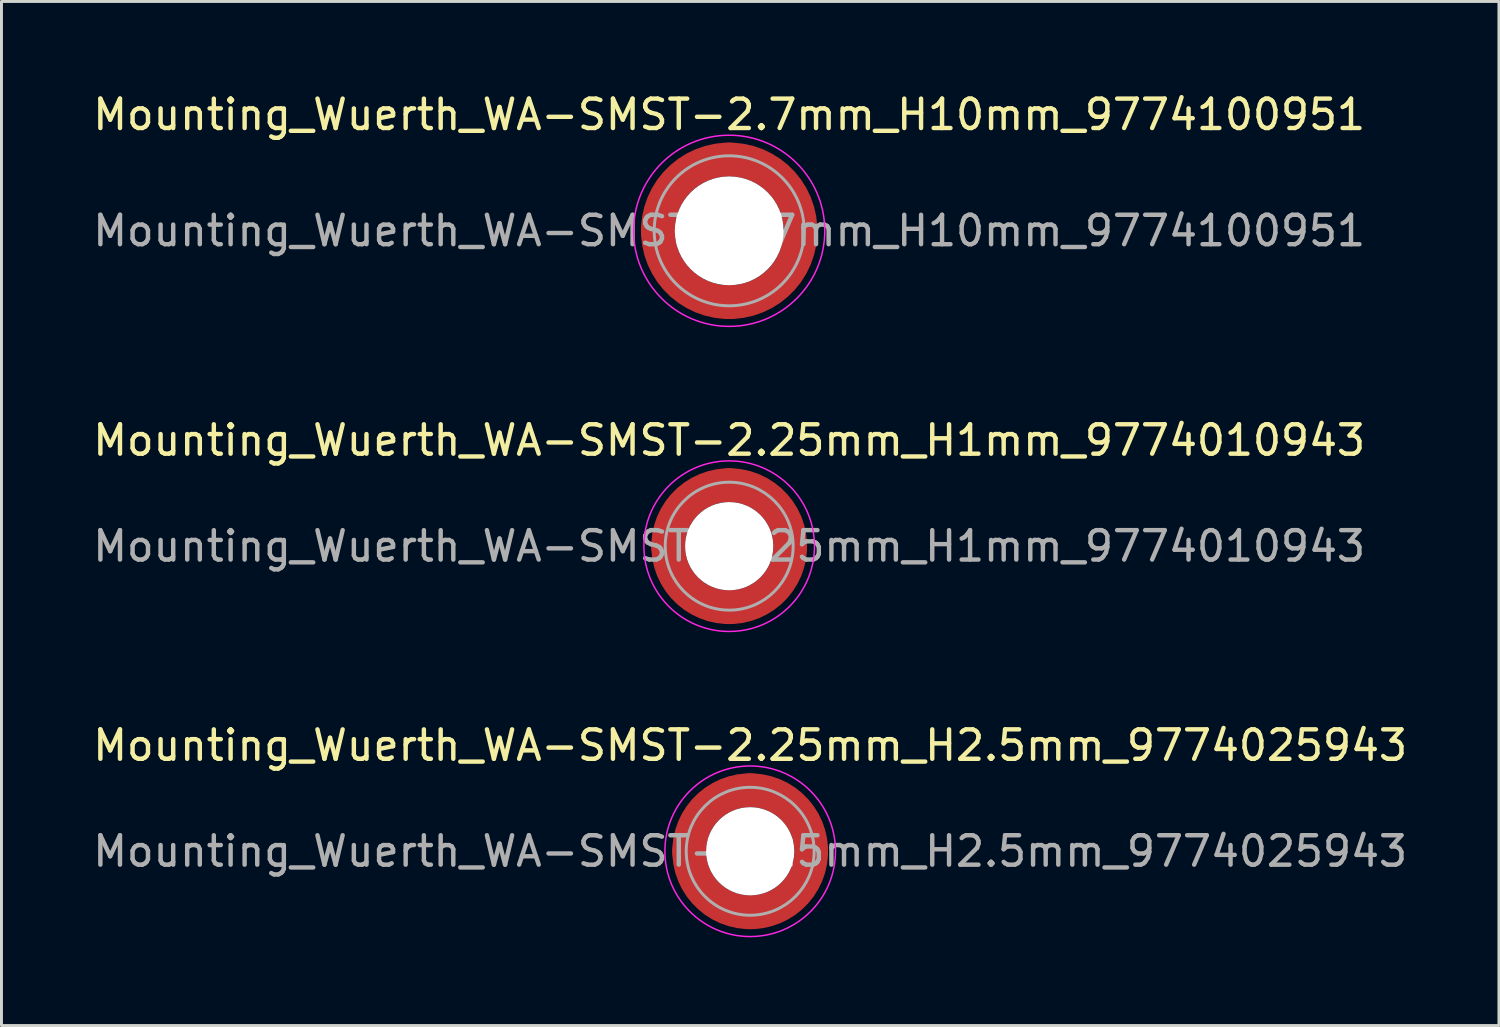
<source format=kicad_pcb>
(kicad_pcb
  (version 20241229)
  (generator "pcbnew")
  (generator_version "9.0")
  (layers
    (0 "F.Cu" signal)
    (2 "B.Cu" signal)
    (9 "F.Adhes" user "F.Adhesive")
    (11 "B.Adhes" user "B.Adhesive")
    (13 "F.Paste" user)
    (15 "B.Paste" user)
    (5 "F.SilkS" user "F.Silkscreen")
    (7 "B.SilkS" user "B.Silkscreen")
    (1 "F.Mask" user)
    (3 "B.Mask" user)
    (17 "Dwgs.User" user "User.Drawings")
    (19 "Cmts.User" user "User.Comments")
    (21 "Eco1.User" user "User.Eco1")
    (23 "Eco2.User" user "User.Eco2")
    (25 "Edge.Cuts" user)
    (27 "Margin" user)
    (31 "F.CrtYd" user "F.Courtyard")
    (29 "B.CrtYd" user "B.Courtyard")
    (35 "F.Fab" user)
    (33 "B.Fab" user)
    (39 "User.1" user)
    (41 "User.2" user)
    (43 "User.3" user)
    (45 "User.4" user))
  (footprint "Mounting_Wuerth_WA-SMST-2.25mm_H2.5mm_9774025943"
    (layer "F.Cu")
    (at 22.458 25.895)
    (property "Reference" "Mounting_Wuerth_WA-SMST-2.25mm_H2.5mm_9774025943" (at 0 -3.6 0) (layer "F.SilkS") (effects (font (size 1 1) (thickness 0.15))))
    (attr smd)
    (fp_circle (center 0 0) (end 2.9 0) (stroke (width 0.05) (type solid)) (fill no) (layer "F.CrtYd"))
    (fp_circle (center 0 0) (end 2.175 0) (stroke (width 0.1) (type solid)) (fill no) (layer "F.Fab"))
    (fp_text user "${REFERENCE}" (at 0 0 0) (layer "F.Fab") (effects (font (size 1 1) (thickness 0.15))))
    (pad "" smd custom (at -1.453 -1.453) (size 1.01 1.01) (layers "F.Paste") (options (anchor circle)) (primitives (gr_arc (start -0.147677 1.053104) (mid 0.286378 0.286378) (end 1.053104 -0.147677) (width 0.2)) (gr_arc (start -0.240295 1.053104) (mid 0.222738 0.222738) (end 1.053104 -0.240295) (width 0.2)) (gr_arc (start -0.332645 1.053104) (mid 0.159099 0.159099) (end 1.053104 -0.332645) (width 0.2)) (gr_arc (start -0.424767 1.053104) (mid 0.095459 0.095459) (end 1.053104 -0.424767) (width 0.2)) (gr_arc (start -0.516693 1.053104) (mid 0.031819 0.031819) (end 1.053104 -0.516693) (width 0.2)) (gr_arc (start -0.608448 1.053104) (mid -0.03182 -0.03182) (end 1.053104 -0.608448) (width 0.2)) (gr_arc (start -0.700056 1.053104) (mid -0.09546 -0.09546) (end 1.053104 -0.700056) (width 0.2)) (gr_arc (start -0.791534 1.053104) (mid -0.159099 -0.159099) (end 1.053104 -0.791534) (width 0.2)) (gr_arc (start -0.882896 1.053104) (mid -0.222738 -0.222738) (end 1.053104 -0.882896) (width 0.2)) (gr_arc (start -0.974157 1.053104) (mid -0.286378 -0.286378) (end 1.053104 -0.974157) (width 0.2)) (gr_line (start 1.053 -0.148) (end 1.053 -0.974) (width 0.2)) (gr_line (start -0.148 1.053) (end -0.974 1.053) (width 0.2))))
    (pad "" smd custom (at -1.453 1.453) (size 1.01 1.01) (layers "F.Paste") (options (anchor circle)) (primitives (gr_arc (start 1.053104 0.147677) (mid 0.286378 -0.286378) (end -0.147677 -1.053104) (width 0.2)) (gr_arc (start 1.053104 0.240295) (mid 0.222738 -0.222738) (end -0.240295 -1.053104) (width 0.2)) (gr_arc (start 1.053104 0.332645) (mid 0.159099 -0.159099) (end -0.332645 -1.053104) (width 0.2)) (gr_arc (start 1.053104 0.424767) (mid 0.095459 -0.095459) (end -0.424767 -1.053104) (width 0.2)) (gr_arc (start 1.053104 0.516693) (mid 0.031819 -0.031819) (end -0.516693 -1.053104) (width 0.2)) (gr_arc (start 1.053104 0.608448) (mid -0.03182 0.03182) (end -0.608448 -1.053104) (width 0.2)) (gr_arc (start 1.053104 0.700056) (mid -0.09546 0.09546) (end -0.700056 -1.053104) (width 0.2)) (gr_arc (start 1.053104 0.791534) (mid -0.159099 0.159099) (end -0.791534 -1.053104) (width 0.2)) (gr_arc (start 1.053104 0.882896) (mid -0.222738 0.222738) (end -0.882896 -1.053104) (width 0.2)) (gr_arc (start 1.053104 0.974157) (mid -0.286378 0.286378) (end -0.974157 -1.053104) (width 0.2)) (gr_line (start -0.148 -1.053) (end -0.974 -1.053) (width 0.2)) (gr_line (start 1.053 0.148) (end 1.053 0.974) (width 0.2))))
    (pad "" np_thru_hole circle (at 0 0) (size 3 3) (drill 3) (layers "*.Cu" "*.Mask"))
    (pad "" smd custom (at 1.453 -1.453) (size 1.01 1.01) (layers "F.Paste") (options (anchor circle)) (primitives (gr_arc (start -1.053104 -0.147677) (mid -0.286378 0.286378) (end 0.147677 1.053104) (width 0.2)) (gr_arc (start -1.053104 -0.240295) (mid -0.222738 0.222738) (end 0.240295 1.053104) (width 0.2)) (gr_arc (start -1.053104 -0.332645) (mid -0.159099 0.159099) (end 0.332645 1.053104) (width 0.2)) (gr_arc (start -1.053104 -0.424767) (mid -0.095459 0.095459) (end 0.424767 1.053104) (width 0.2)) (gr_arc (start -1.053104 -0.516693) (mid -0.031819 0.031819) (end 0.516693 1.053104) (width 0.2)) (gr_arc (start -1.053104 -0.608448) (mid 0.03182 -0.03182) (end 0.608448 1.053104) (width 0.2)) (gr_arc (start -1.053104 -0.700056) (mid 0.09546 -0.09546) (end 0.700056 1.053104) (width 0.2)) (gr_arc (start -1.053104 -0.791534) (mid 0.159099 -0.159099) (end 0.791534 1.053104) (width 0.2)) (gr_arc (start -1.053104 -0.882896) (mid 0.222738 -0.222738) (end 0.882896 1.053104) (width 0.2)) (gr_arc (start -1.053104 -0.974157) (mid 0.286378 -0.286378) (end 0.974157 1.053104) (width 0.2)) (gr_line (start 0.148 1.053) (end 0.974 1.053) (width 0.2)) (gr_line (start -1.053 -0.148) (end -1.053 -0.974) (width 0.2))))
    (pad "" smd custom (at 1.453 1.453) (size 1.01 1.01) (layers "F.Paste") (options (anchor circle)) (primitives (gr_arc (start 0.147677 -1.053104) (mid -0.286378 -0.286378) (end -1.053104 0.147677) (width 0.2)) (gr_arc (start 0.240295 -1.053104) (mid -0.222738 -0.222738) (end -1.053104 0.240295) (width 0.2)) (gr_arc (start 0.332645 -1.053104) (mid -0.159099 -0.159099) (end -1.053104 0.332645) (width 0.2)) (gr_arc (start 0.424767 -1.053104) (mid -0.095459 -0.095459) (end -1.053104 0.424767) (width 0.2)) (gr_arc (start 0.516693 -1.053104) (mid -0.031819 -0.031819) (end -1.053104 0.516693) (width 0.2)) (gr_arc (start 0.608448 -1.053104) (mid 0.03182 0.03182) (end -1.053104 0.608448) (width 0.2)) (gr_arc (start 0.700056 -1.053104) (mid 0.09546 0.09546) (end -1.053104 0.700056) (width 0.2)) (gr_arc (start 0.791534 -1.053104) (mid 0.159099 0.159099) (end -1.053104 0.791534) (width 0.2)) (gr_arc (start 0.882896 -1.053104) (mid 0.222738 0.222738) (end -1.053104 0.882896) (width 0.2)) (gr_arc (start 0.974157 -1.053104) (mid 0.286378 0.286378) (end -1.053104 0.974157) (width 0.2)) (gr_line (start -1.053 0.148) (end -1.053 0.974) (width 0.2)) (gr_line (start 0.148 -1.053) (end 0.974 -1.053) (width 0.2))))
    (pad "1" smd circle (at -2.075 0) (size 1.15 1.15) (layers "F.Cu"))
    (pad "1" smd circle (at 0 -2.075) (size 1.15 1.15) (layers "F.Cu"))
    (pad "1" smd circle (at 0 2.075) (size 1.15 1.15) (layers "F.Cu"))
    (pad "1" smd custom (at 2.075 0) (size 1.15 1.15) (layers "F.Cu" "F.Mask") (options (anchor circle)) (primitives (gr_circle (center -2.075 0) (end 0 0) (width 1.15) (fill no)))))
  (footprint "Mounting_Wuerth_WA-SMST-2.25mm_H1mm_9774010943"
    (layer "F.Cu")
    (at 21.744 15.521)
    (property "Reference" "Mounting_Wuerth_WA-SMST-2.25mm_H1mm_9774010943" (at 0 -3.6 0) (layer "F.SilkS") (effects (font (size 1 1) (thickness 0.15))))
    (attr smd)
    (fp_circle (center 0 0) (end 2.9 0) (stroke (width 0.05) (type solid)) (fill no) (layer "F.CrtYd"))
    (fp_circle (center 0 0) (end 2.175 0) (stroke (width 0.1) (type solid)) (fill no) (layer "F.Fab"))
    (fp_text user "${REFERENCE}" (at 0 0 0) (layer "F.Fab") (effects (font (size 1 1) (thickness 0.15))))
    (pad "" smd custom (at -1.453 -1.453) (size 1.01 1.01) (layers "F.Paste") (options (anchor circle)) (primitives (gr_arc (start -0.262632 0.900604) (mid 0.178544 0.178544) (end 0.900604 -0.262632) (width 0.505)) (gr_arc (start -0.526231 0.900604) (mid 0 0) (end 0.900604 -0.526231) (width 0.505)) (gr_arc (start -0.787275 0.900604) (mid -0.178545 -0.178545) (end 0.900604 -0.787275) (width 0.505)) (gr_line (start 0.901 -0.263) (end 0.901 -0.787) (width 0.505)) (gr_line (start -0.263 0.901) (end -0.787 0.901) (width 0.505))))
    (pad "" smd custom (at -1.453 1.453) (size 1.01 1.01) (layers "F.Paste") (options (anchor circle)) (primitives (gr_arc (start 0.900604 0.262632) (mid 0.178544 -0.178544) (end -0.262632 -0.900604) (width 0.505)) (gr_arc (start 0.900604 0.526231) (mid 0 0) (end -0.526231 -0.900604) (width 0.505)) (gr_arc (start 0.900604 0.787275) (mid -0.178545 0.178545) (end -0.787275 -0.900604) (width 0.505)) (gr_line (start -0.263 -0.901) (end -0.787 -0.901) (width 0.505)) (gr_line (start 0.901 0.263) (end 0.901 0.787) (width 0.505))))
    (pad "" np_thru_hole circle (at 0 0) (size 3 3) (drill 3) (layers "*.Cu" "*.Mask"))
    (pad "" smd custom (at 1.453 -1.453) (size 1.01 1.01) (layers "F.Paste") (options (anchor circle)) (primitives (gr_arc (start -0.900604 -0.262632) (mid -0.178544 0.178544) (end 0.262632 0.900604) (width 0.505)) (gr_arc (start -0.900604 -0.526231) (mid 0 0) (end 0.526231 0.900604) (width 0.505)) (gr_arc (start -0.900604 -0.787275) (mid 0.178545 -0.178545) (end 0.787275 0.900604) (width 0.505)) (gr_line (start 0.263 0.901) (end 0.787 0.901) (width 0.505)) (gr_line (start -0.901 -0.263) (end -0.901 -0.787) (width 0.505))))
    (pad "" smd custom (at 1.453 1.453) (size 1.01 1.01) (layers "F.Paste") (options (anchor circle)) (primitives (gr_arc (start 0.262632 -0.900604) (mid -0.178544 -0.178544) (end -0.900604 0.262632) (width 0.505)) (gr_arc (start 0.526231 -0.900604) (mid 0 0) (end -0.900604 0.526231) (width 0.505)) (gr_arc (start 0.787275 -0.900604) (mid 0.178545 0.178545) (end -0.900604 0.787275) (width 0.505)) (gr_line (start -0.901 0.263) (end -0.901 0.787) (width 0.505)) (gr_line (start 0.263 -0.901) (end 0.787 -0.901) (width 0.505))))
    (pad "1" smd circle (at -2.075 0) (size 1.15 1.15) (layers "F.Cu"))
    (pad "1" smd circle (at 0 -2.075) (size 1.15 1.15) (layers "F.Cu"))
    (pad "1" smd circle (at 0 2.075) (size 1.15 1.15) (layers "F.Cu"))
    (pad "1" smd custom (at 2.075 0) (size 1.15 1.15) (layers "F.Cu" "F.Mask") (options (anchor circle)) (primitives (gr_circle (center -2.075 0) (end 0 0) (width 1.15) (fill no)))))
  (footprint "Mounting_Wuerth_WA-SMST-2.7mm_H10mm_9774100951"
    (layer "F.Cu")
    (at 21.744 4.798)
    (property "Reference" "Mounting_Wuerth_WA-SMST-2.7mm_H10mm_9774100951" (at 0 -3.95 0) (layer "F.SilkS") (effects (font (size 1 1) (thickness 0.15))))
    (attr smd)
    (fp_circle (center 0 0) (end 3.25 0) (stroke (width 0.05) (type solid)) (fill no) (layer "F.CrtYd"))
    (fp_circle (center 0 0) (end 2.55 0) (stroke (width 0.1) (type solid)) (fill no) (layer "F.Fab"))
    (fp_text user "${REFERENCE}" (at 0 0 0) (layer "F.Fab") (effects (font (size 1 1) (thickness 0.15))))
    (pad "" smd custom (at -1.704 -1.704) (size 0.51 0.51) (layers "F.Paste") (options (anchor circle)) (primitives (gr_arc (start -0.250195 1.279127) (mid 0.289914 0.289914) (end 1.279127 -0.250195) (width 0.2)) (gr_arc (start -0.34334 1.279127) (mid 0.225488 0.225488) (end 1.279127 -0.34334) (width 0.2)) (gr_arc (start -0.436309 1.279127) (mid 0.161063 0.161063) (end 1.279127 -0.436309) (width 0.2)) (gr_arc (start -0.529126 1.279127) (mid 0.096638 0.096638) (end 1.279127 -0.529126) (width 0.2)) (gr_arc (start -0.621807 1.279127) (mid 0.032213 0.032213) (end 1.279127 -0.621807) (width 0.2)) (gr_arc (start -0.71437 1.279127) (mid -0.032213 -0.032213) (end 1.279127 -0.71437) (width 0.2)) (gr_arc (start -0.806826 1.279127) (mid -0.096638 -0.096638) (end 1.279127 -0.806826) (width 0.2)) (gr_arc (start -0.899187 1.279127) (mid -0.161063 -0.161063) (end 1.279127 -0.899187) (width 0.2)) (gr_arc (start -0.991463 1.279127) (mid -0.225488 -0.225488) (end 1.279127 -0.991463) (width 0.2)) (gr_arc (start -1.083663 1.279127) (mid -0.289914 -0.289914) (end 1.279127 -1.083663) (width 0.2)) (gr_line (start 1.279 -0.25) (end 1.279 -1.084) (width 0.2)) (gr_line (start -0.25 1.279) (end -1.084 1.279) (width 0.2))))
    (pad "" smd custom (at -1.704 1.704) (size 0.51 0.51) (layers "F.Paste") (options (anchor circle)) (primitives (gr_arc (start 1.279127 0.250195) (mid 0.289914 -0.289914) (end -0.250195 -1.279127) (width 0.2)) (gr_arc (start 1.279127 0.34334) (mid 0.225488 -0.225488) (end -0.34334 -1.279127) (width 0.2)) (gr_arc (start 1.279127 0.436309) (mid 0.161063 -0.161063) (end -0.436309 -1.279127) (width 0.2)) (gr_arc (start 1.279127 0.529126) (mid 0.096638 -0.096638) (end -0.529126 -1.279127) (width 0.2)) (gr_arc (start 1.279127 0.621807) (mid 0.032213 -0.032213) (end -0.621807 -1.279127) (width 0.2)) (gr_arc (start 1.279127 0.71437) (mid -0.032213 0.032213) (end -0.71437 -1.279127) (width 0.2)) (gr_arc (start 1.279127 0.806826) (mid -0.096638 0.096638) (end -0.806826 -1.279127) (width 0.2)) (gr_arc (start 1.279127 0.899187) (mid -0.161063 0.161063) (end -0.899187 -1.279127) (width 0.2)) (gr_arc (start 1.279127 0.991463) (mid -0.225488 0.225488) (end -0.991463 -1.279127) (width 0.2)) (gr_arc (start 1.279127 1.083663) (mid -0.289914 0.289914) (end -1.083663 -1.279127) (width 0.2)) (gr_line (start -0.25 -1.279) (end -1.084 -1.279) (width 0.2)) (gr_line (start 1.279 0.25) (end 1.279 1.084) (width 0.2))))
    (pad "" np_thru_hole circle (at 0 0) (size 3.7 3.7) (drill 3.7) (layers "*.Cu" "*.Mask"))
    (pad "" smd custom (at 1.704 -1.704) (size 0.51 0.51) (layers "F.Paste") (options (anchor circle)) (primitives (gr_arc (start -1.279127 -0.250195) (mid -0.289914 0.289914) (end 0.250195 1.279127) (width 0.2)) (gr_arc (start -1.279127 -0.34334) (mid -0.225488 0.225488) (end 0.34334 1.279127) (width 0.2)) (gr_arc (start -1.279127 -0.436309) (mid -0.161063 0.161063) (end 0.436309 1.279127) (width 0.2)) (gr_arc (start -1.279127 -0.529126) (mid -0.096638 0.096638) (end 0.529126 1.279127) (width 0.2)) (gr_arc (start -1.279127 -0.621807) (mid -0.032213 0.032213) (end 0.621807 1.279127) (width 0.2)) (gr_arc (start -1.279127 -0.71437) (mid 0.032213 -0.032213) (end 0.71437 1.279127) (width 0.2)) (gr_arc (start -1.279127 -0.806826) (mid 0.096638 -0.096638) (end 0.806826 1.279127) (width 0.2)) (gr_arc (start -1.279127 -0.899187) (mid 0.161063 -0.161063) (end 0.899187 1.279127) (width 0.2)) (gr_arc (start -1.279127 -0.991463) (mid 0.225488 -0.225488) (end 0.991463 1.279127) (width 0.2)) (gr_arc (start -1.279127 -1.083663) (mid 0.289914 -0.289914) (end 1.083663 1.279127) (width 0.2)) (gr_line (start 0.25 1.279) (end 1.084 1.279) (width 0.2)) (gr_line (start -1.279 -0.25) (end -1.279 -1.084) (width 0.2))))
    (pad "" smd custom (at 1.704 1.704) (size 0.51 0.51) (layers "F.Paste") (options (anchor circle)) (primitives (gr_arc (start 0.250195 -1.279127) (mid -0.289914 -0.289914) (end -1.279127 0.250195) (width 0.2)) (gr_arc (start 0.34334 -1.279127) (mid -0.225488 -0.225488) (end -1.279127 0.34334) (width 0.2)) (gr_arc (start 0.436309 -1.279127) (mid -0.161063 -0.161063) (end -1.279127 0.436309) (width 0.2)) (gr_arc (start 0.529126 -1.279127) (mid -0.096638 -0.096638) (end -1.279127 0.529126) (width 0.2)) (gr_arc (start 0.621807 -1.279127) (mid -0.032213 -0.032213) (end -1.279127 0.621807) (width 0.2)) (gr_arc (start 0.71437 -1.279127) (mid 0.032213 0.032213) (end -1.279127 0.71437) (width 0.2)) (gr_arc (start 0.806826 -1.279127) (mid 0.096638 0.096638) (end -1.279127 0.806826) (width 0.2)) (gr_arc (start 0.899187 -1.279127) (mid 0.161063 0.161063) (end -1.279127 0.899187) (width 0.2)) (gr_arc (start 0.991463 -1.279127) (mid 0.225488 0.225488) (end -1.279127 0.991463) (width 0.2)) (gr_arc (start 1.083663 -1.279127) (mid 0.289914 0.289914) (end -1.279127 1.083663) (width 0.2)) (gr_line (start -1.279 0.25) (end -1.279 1.084) (width 0.2)) (gr_line (start 0.25 -1.279) (end 1.084 -1.279) (width 0.2))))
    (pad "1" smd circle (at -2.425 0) (size 1.15 1.15) (layers "F.Cu"))
    (pad "1" smd circle (at 0 -2.425) (size 1.15 1.15) (layers "F.Cu"))
    (pad "1" smd circle (at 0 2.425) (size 1.15 1.15) (layers "F.Cu"))
    (pad "1" smd custom (at 2.425 0) (size 1.15 1.15) (layers "F.Cu" "F.Mask") (options (anchor circle)) (primitives (gr_circle (center -2.425 0) (end 0 0) (width 1.15) (fill no)))))
  (gr_rect
    (start -3 -3)
    (end 47.917 31.82)
    (stroke (width 0.1) (type default))
    (fill no)
    (layer "Edge.Cuts")))
</source>
